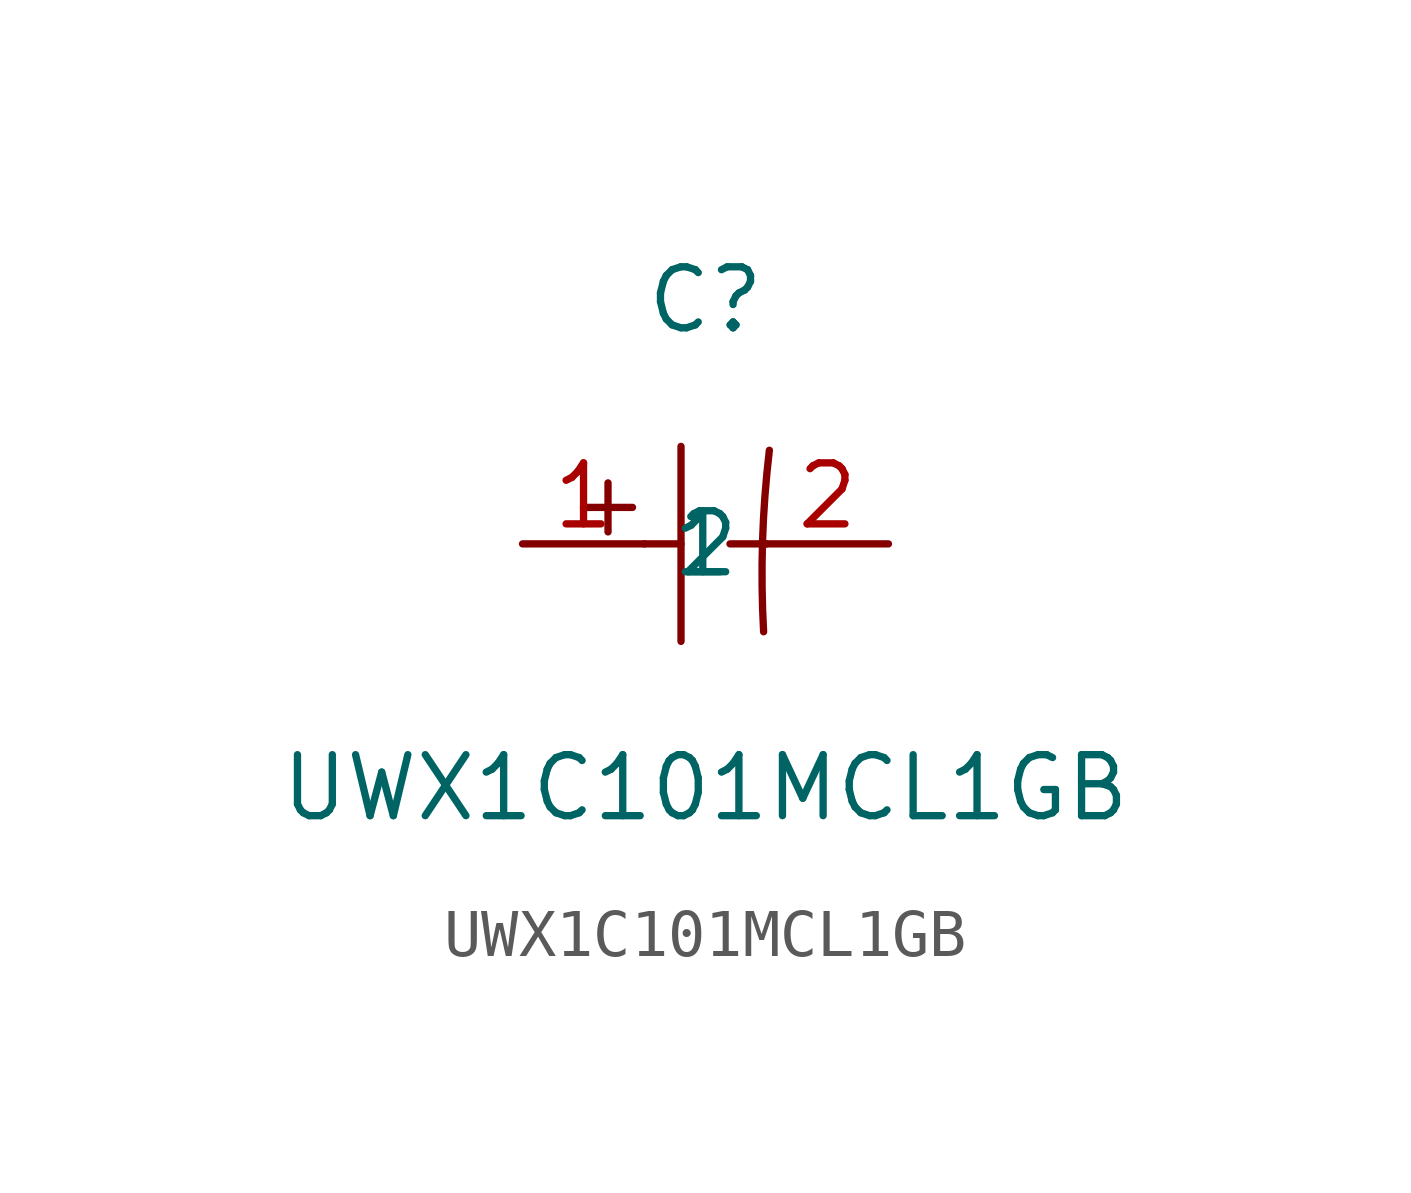
<source format=kicad_sym>
(kicad_symbol_lib
  (version 20211014)
  (generator https://github.com/uPesy/easyeda2kicad.py)
  (symbol "UWX1C101MCL1GB"
    (property "Reference" "C"
      (at 0 5.08 0)
      (effects (font (size 1.27 1.27))))
    (property "Value" "UWX1C101MCL1GB"
      (at 0 -5.08 0)
      (effects (font (size 1.27 1.27))))
    (symbol "UWX1C101MCL1GB_0_1"
      (arc (start 1.33 1.95) (mid 1.22 -2.00) (end 1.21 -1.83) (stroke (width 0) (type default) (color 0 0 0 0)) (fill (type none)))
      (polyline (pts (xy -0.51 2.03) (xy -0.51 -2.03)) (stroke (width 0) (type default) (color 0 0 0 0)) (fill (type none)))
      (polyline (pts (xy -1.27 -0.00) (xy -0.51 -0.00)) (stroke (width 0) (type default) (color 0 0 0 0)) (fill (type none)))
      (polyline (pts (xy 0.51 -0.00) (xy 1.27 -0.00)) (stroke (width 0) (type default) (color 0 0 0 0)) (fill (type none)))
      (polyline (pts (xy -2.54 0.76) (xy -1.52 0.76)) (stroke (width 0) (type default) (color 0 0 0 0)) (fill (type none)))
      (polyline (pts (xy -2.03 1.27) (xy -2.03 0.25)) (stroke (width 0) (type default) (color 0 0 0 0)) (fill (type none)))
      (pin input line (at -3.81 -0.00 0) (length 2.54) (name "1" (effects (font (size 1.27 1.27)))) (number "1" (effects (font (size 1.27 1.27)))))
      (pin input line (at 3.81 -0.00 180) (length 2.54) (name "2" (effects (font (size 1.27 1.27)))) (number "2" (effects (font (size 1.27 1.27))))))))
</source>
